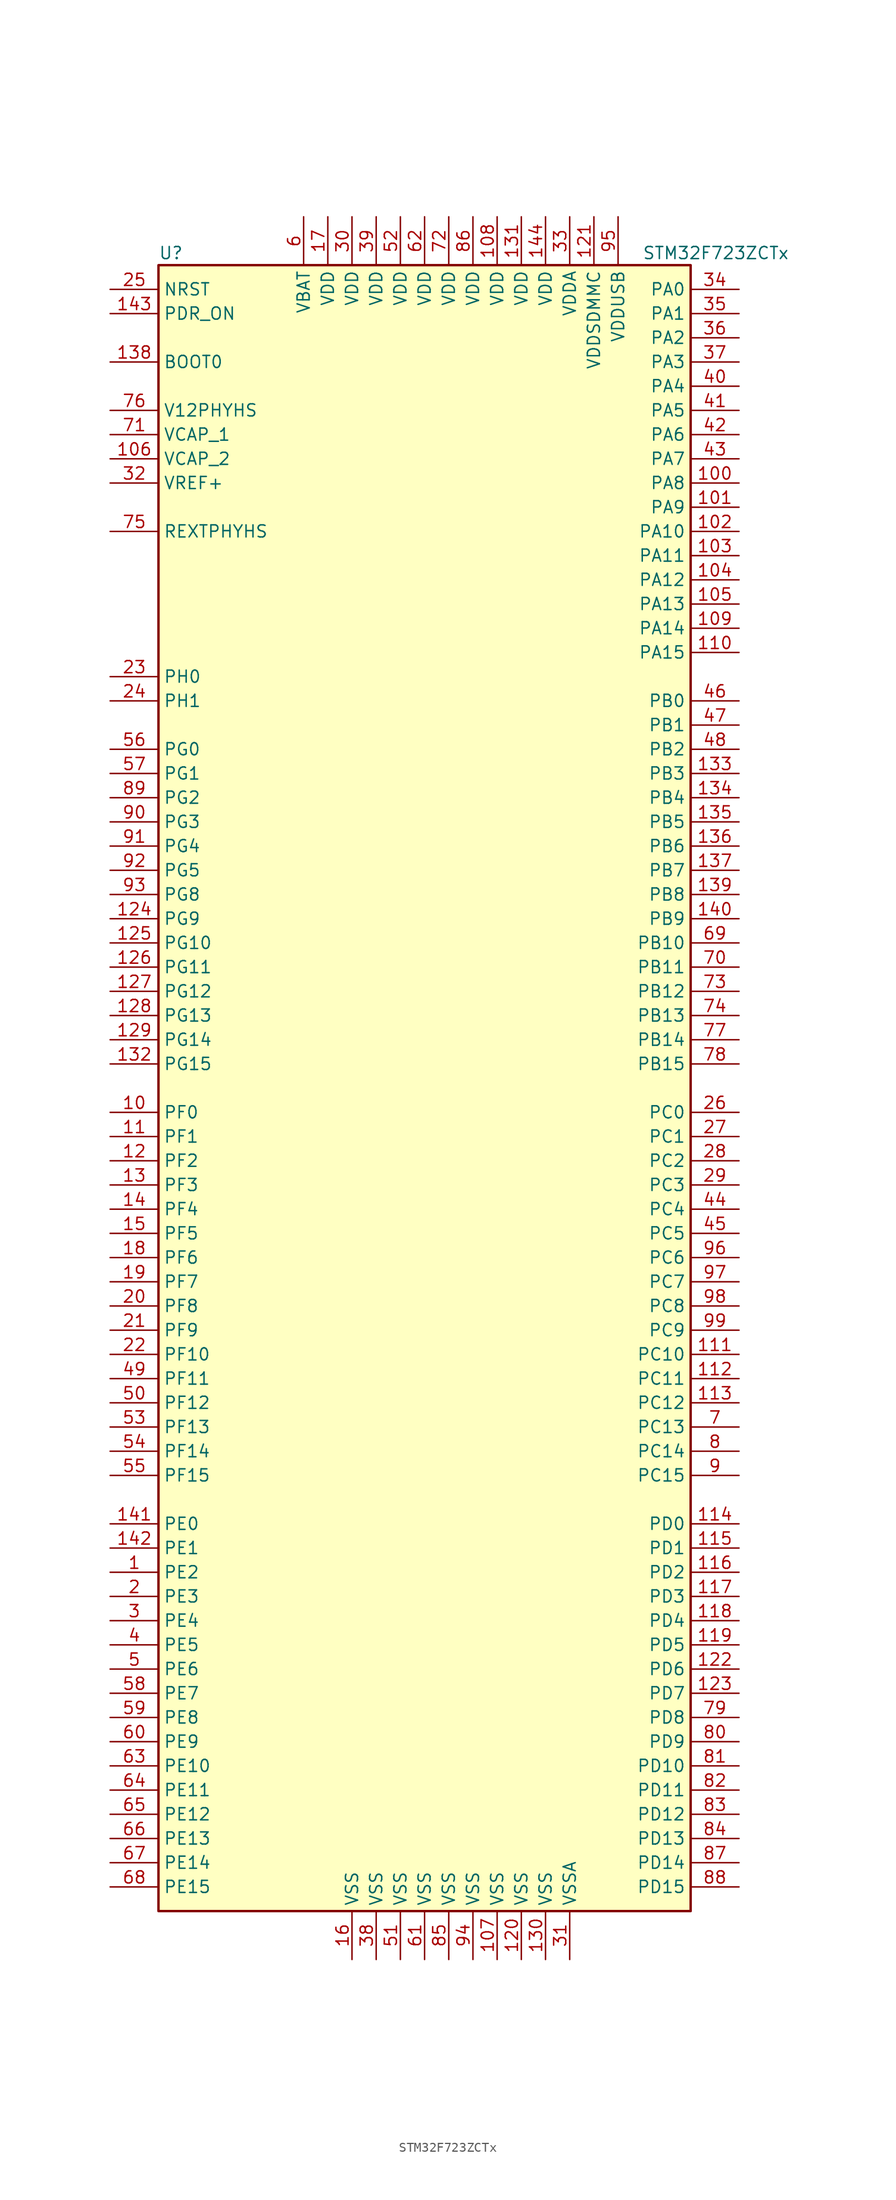
<source format=kicad_sym>
(kicad_symbol_lib
  (version 20201005)
  (generator kicad_symbol_editor)
  (symbol "MCU_ST_STM32F7:STM32F723ZCTx"
    (property "Reference" "U"
      (at -27.94 87.63 0)
      (effects (font (size 1.27 1.27)) (justify left)))
    (property "Value" "STM32F723ZCTx"
      (at 22.86 87.63 0)
      (effects (font (size 1.27 1.27)) (justify left)))
    (symbol "STM32F723ZCTx_0_1"
      (rectangle (start -27.94 -86.36) (end 27.94 86.36) (stroke (width 0.254)) (fill (type background))))
    (symbol "STM32F723ZCTx_1_1"
      (pin input line (at -33.02 76.2 0) (length 5.08) (name "BOOT0" (effects (font (size 1.27 1.27)))) (number "138" (effects (font (size 1.27 1.27)))))
      (pin input line (at -33.02 83.82 0) (length 5.08) (name "NRST" (effects (font (size 1.27 1.27)))) (number "25" (effects (font (size 1.27 1.27)))))
      (pin bidirectional line (at 33.02 83.82 180) (length 5.08) (name "PA0" (effects (font (size 1.27 1.27)))) (number "34" (effects (font (size 1.27 1.27)))))
      (pin bidirectional line (at 33.02 81.28 180) (length 5.08) (name "PA1" (effects (font (size 1.27 1.27)))) (number "35" (effects (font (size 1.27 1.27)))))
      (pin bidirectional line (at 33.02 58.42 180) (length 5.08) (name "PA10" (effects (font (size 1.27 1.27)))) (number "102" (effects (font (size 1.27 1.27)))))
      (pin bidirectional line (at 33.02 55.88 180) (length 5.08) (name "PA11" (effects (font (size 1.27 1.27)))) (number "103" (effects (font (size 1.27 1.27)))))
      (pin bidirectional line (at 33.02 53.34 180) (length 5.08) (name "PA12" (effects (font (size 1.27 1.27)))) (number "104" (effects (font (size 1.27 1.27)))))
      (pin bidirectional line (at 33.02 50.8 180) (length 5.08) (name "PA13" (effects (font (size 1.27 1.27)))) (number "105" (effects (font (size 1.27 1.27)))))
      (pin bidirectional line (at 33.02 48.26 180) (length 5.08) (name "PA14" (effects (font (size 1.27 1.27)))) (number "109" (effects (font (size 1.27 1.27)))))
      (pin bidirectional line (at 33.02 45.72 180) (length 5.08) (name "PA15" (effects (font (size 1.27 1.27)))) (number "110" (effects (font (size 1.27 1.27)))))
      (pin bidirectional line (at 33.02 78.74 180) (length 5.08) (name "PA2" (effects (font (size 1.27 1.27)))) (number "36" (effects (font (size 1.27 1.27)))))
      (pin bidirectional line (at 33.02 76.2 180) (length 5.08) (name "PA3" (effects (font (size 1.27 1.27)))) (number "37" (effects (font (size 1.27 1.27)))))
      (pin bidirectional line (at 33.02 73.66 180) (length 5.08) (name "PA4" (effects (font (size 1.27 1.27)))) (number "40" (effects (font (size 1.27 1.27)))))
      (pin bidirectional line (at 33.02 71.12 180) (length 5.08) (name "PA5" (effects (font (size 1.27 1.27)))) (number "41" (effects (font (size 1.27 1.27)))))
      (pin bidirectional line (at 33.02 68.58 180) (length 5.08) (name "PA6" (effects (font (size 1.27 1.27)))) (number "42" (effects (font (size 1.27 1.27)))))
      (pin bidirectional line (at 33.02 66.04 180) (length 5.08) (name "PA7" (effects (font (size 1.27 1.27)))) (number "43" (effects (font (size 1.27 1.27)))))
      (pin bidirectional line (at 33.02 63.5 180) (length 5.08) (name "PA8" (effects (font (size 1.27 1.27)))) (number "100" (effects (font (size 1.27 1.27)))))
      (pin bidirectional line (at 33.02 60.96 180) (length 5.08) (name "PA9" (effects (font (size 1.27 1.27)))) (number "101" (effects (font (size 1.27 1.27)))))
      (pin bidirectional line (at 33.02 40.64 180) (length 5.08) (name "PB0" (effects (font (size 1.27 1.27)))) (number "46" (effects (font (size 1.27 1.27)))))
      (pin bidirectional line (at 33.02 38.1 180) (length 5.08) (name "PB1" (effects (font (size 1.27 1.27)))) (number "47" (effects (font (size 1.27 1.27)))))
      (pin bidirectional line (at 33.02 15.24 180) (length 5.08) (name "PB10" (effects (font (size 1.27 1.27)))) (number "69" (effects (font (size 1.27 1.27)))))
      (pin bidirectional line (at 33.02 12.7 180) (length 5.08) (name "PB11" (effects (font (size 1.27 1.27)))) (number "70" (effects (font (size 1.27 1.27)))))
      (pin bidirectional line (at 33.02 10.16 180) (length 5.08) (name "PB12" (effects (font (size 1.27 1.27)))) (number "73" (effects (font (size 1.27 1.27)))))
      (pin bidirectional line (at 33.02 7.62 180) (length 5.08) (name "PB13" (effects (font (size 1.27 1.27)))) (number "74" (effects (font (size 1.27 1.27)))))
      (pin bidirectional line (at 33.02 5.08 180) (length 5.08) (name "PB14" (effects (font (size 1.27 1.27)))) (number "77" (effects (font (size 1.27 1.27)))))
      (pin bidirectional line (at 33.02 2.54 180) (length 5.08) (name "PB15" (effects (font (size 1.27 1.27)))) (number "78" (effects (font (size 1.27 1.27)))))
      (pin bidirectional line (at 33.02 35.56 180) (length 5.08) (name "PB2" (effects (font (size 1.27 1.27)))) (number "48" (effects (font (size 1.27 1.27)))))
      (pin bidirectional line (at 33.02 33.02 180) (length 5.08) (name "PB3" (effects (font (size 1.27 1.27)))) (number "133" (effects (font (size 1.27 1.27)))))
      (pin bidirectional line (at 33.02 30.48 180) (length 5.08) (name "PB4" (effects (font (size 1.27 1.27)))) (number "134" (effects (font (size 1.27 1.27)))))
      (pin bidirectional line (at 33.02 27.94 180) (length 5.08) (name "PB5" (effects (font (size 1.27 1.27)))) (number "135" (effects (font (size 1.27 1.27)))))
      (pin bidirectional line (at 33.02 25.4 180) (length 5.08) (name "PB6" (effects (font (size 1.27 1.27)))) (number "136" (effects (font (size 1.27 1.27)))))
      (pin bidirectional line (at 33.02 22.86 180) (length 5.08) (name "PB7" (effects (font (size 1.27 1.27)))) (number "137" (effects (font (size 1.27 1.27)))))
      (pin bidirectional line (at 33.02 20.32 180) (length 5.08) (name "PB8" (effects (font (size 1.27 1.27)))) (number "139" (effects (font (size 1.27 1.27)))))
      (pin bidirectional line (at 33.02 17.78 180) (length 5.08) (name "PB9" (effects (font (size 1.27 1.27)))) (number "140" (effects (font (size 1.27 1.27)))))
      (pin bidirectional line (at 33.02 -2.54 180) (length 5.08) (name "PC0" (effects (font (size 1.27 1.27)))) (number "26" (effects (font (size 1.27 1.27)))))
      (pin bidirectional line (at 33.02 -5.08 180) (length 5.08) (name "PC1" (effects (font (size 1.27 1.27)))) (number "27" (effects (font (size 1.27 1.27)))))
      (pin bidirectional line (at 33.02 -27.94 180) (length 5.08) (name "PC10" (effects (font (size 1.27 1.27)))) (number "111" (effects (font (size 1.27 1.27)))))
      (pin bidirectional line (at 33.02 -30.48 180) (length 5.08) (name "PC11" (effects (font (size 1.27 1.27)))) (number "112" (effects (font (size 1.27 1.27)))))
      (pin bidirectional line (at 33.02 -33.02 180) (length 5.08) (name "PC12" (effects (font (size 1.27 1.27)))) (number "113" (effects (font (size 1.27 1.27)))))
      (pin bidirectional line (at 33.02 -35.56 180) (length 5.08) (name "PC13" (effects (font (size 1.27 1.27)))) (number "7" (effects (font (size 1.27 1.27)))))
      (pin bidirectional line (at 33.02 -38.1 180) (length 5.08) (name "PC14" (effects (font (size 1.27 1.27)))) (number "8" (effects (font (size 1.27 1.27)))))
      (pin bidirectional line (at 33.02 -40.64 180) (length 5.08) (name "PC15" (effects (font (size 1.27 1.27)))) (number "9" (effects (font (size 1.27 1.27)))))
      (pin bidirectional line (at 33.02 -7.62 180) (length 5.08) (name "PC2" (effects (font (size 1.27 1.27)))) (number "28" (effects (font (size 1.27 1.27)))))
      (pin bidirectional line (at 33.02 -10.16 180) (length 5.08) (name "PC3" (effects (font (size 1.27 1.27)))) (number "29" (effects (font (size 1.27 1.27)))))
      (pin bidirectional line (at 33.02 -12.7 180) (length 5.08) (name "PC4" (effects (font (size 1.27 1.27)))) (number "44" (effects (font (size 1.27 1.27)))))
      (pin bidirectional line (at 33.02 -15.24 180) (length 5.08) (name "PC5" (effects (font (size 1.27 1.27)))) (number "45" (effects (font (size 1.27 1.27)))))
      (pin bidirectional line (at 33.02 -17.78 180) (length 5.08) (name "PC6" (effects (font (size 1.27 1.27)))) (number "96" (effects (font (size 1.27 1.27)))))
      (pin bidirectional line (at 33.02 -20.32 180) (length 5.08) (name "PC7" (effects (font (size 1.27 1.27)))) (number "97" (effects (font (size 1.27 1.27)))))
      (pin bidirectional line (at 33.02 -22.86 180) (length 5.08) (name "PC8" (effects (font (size 1.27 1.27)))) (number "98" (effects (font (size 1.27 1.27)))))
      (pin bidirectional line (at 33.02 -25.4 180) (length 5.08) (name "PC9" (effects (font (size 1.27 1.27)))) (number "99" (effects (font (size 1.27 1.27)))))
      (pin bidirectional line (at 33.02 -45.72 180) (length 5.08) (name "PD0" (effects (font (size 1.27 1.27)))) (number "114" (effects (font (size 1.27 1.27)))))
      (pin bidirectional line (at 33.02 -48.26 180) (length 5.08) (name "PD1" (effects (font (size 1.27 1.27)))) (number "115" (effects (font (size 1.27 1.27)))))
      (pin bidirectional line (at 33.02 -71.12 180) (length 5.08) (name "PD10" (effects (font (size 1.27 1.27)))) (number "81" (effects (font (size 1.27 1.27)))))
      (pin bidirectional line (at 33.02 -73.66 180) (length 5.08) (name "PD11" (effects (font (size 1.27 1.27)))) (number "82" (effects (font (size 1.27 1.27)))))
      (pin bidirectional line (at 33.02 -76.2 180) (length 5.08) (name "PD12" (effects (font (size 1.27 1.27)))) (number "83" (effects (font (size 1.27 1.27)))))
      (pin bidirectional line (at 33.02 -78.74 180) (length 5.08) (name "PD13" (effects (font (size 1.27 1.27)))) (number "84" (effects (font (size 1.27 1.27)))))
      (pin bidirectional line (at 33.02 -81.28 180) (length 5.08) (name "PD14" (effects (font (size 1.27 1.27)))) (number "87" (effects (font (size 1.27 1.27)))))
      (pin bidirectional line (at 33.02 -83.82 180) (length 5.08) (name "PD15" (effects (font (size 1.27 1.27)))) (number "88" (effects (font (size 1.27 1.27)))))
      (pin bidirectional line (at 33.02 -50.8 180) (length 5.08) (name "PD2" (effects (font (size 1.27 1.27)))) (number "116" (effects (font (size 1.27 1.27)))))
      (pin bidirectional line (at 33.02 -53.34 180) (length 5.08) (name "PD3" (effects (font (size 1.27 1.27)))) (number "117" (effects (font (size 1.27 1.27)))))
      (pin bidirectional line (at 33.02 -55.88 180) (length 5.08) (name "PD4" (effects (font (size 1.27 1.27)))) (number "118" (effects (font (size 1.27 1.27)))))
      (pin bidirectional line (at 33.02 -58.42 180) (length 5.08) (name "PD5" (effects (font (size 1.27 1.27)))) (number "119" (effects (font (size 1.27 1.27)))))
      (pin bidirectional line (at 33.02 -60.96 180) (length 5.08) (name "PD6" (effects (font (size 1.27 1.27)))) (number "122" (effects (font (size 1.27 1.27)))))
      (pin bidirectional line (at 33.02 -63.5 180) (length 5.08) (name "PD7" (effects (font (size 1.27 1.27)))) (number "123" (effects (font (size 1.27 1.27)))))
      (pin bidirectional line (at 33.02 -66.04 180) (length 5.08) (name "PD8" (effects (font (size 1.27 1.27)))) (number "79" (effects (font (size 1.27 1.27)))))
      (pin bidirectional line (at 33.02 -68.58 180) (length 5.08) (name "PD9" (effects (font (size 1.27 1.27)))) (number "80" (effects (font (size 1.27 1.27)))))
      (pin input line (at -33.02 81.28 0) (length 5.08) (name "PDR_ON" (effects (font (size 1.27 1.27)))) (number "143" (effects (font (size 1.27 1.27)))))
      (pin bidirectional line (at -33.02 -45.72 0) (length 5.08) (name "PE0" (effects (font (size 1.27 1.27)))) (number "141" (effects (font (size 1.27 1.27)))))
      (pin bidirectional line (at -33.02 -48.26 0) (length 5.08) (name "PE1" (effects (font (size 1.27 1.27)))) (number "142" (effects (font (size 1.27 1.27)))))
      (pin bidirectional line (at -33.02 -71.12 0) (length 5.08) (name "PE10" (effects (font (size 1.27 1.27)))) (number "63" (effects (font (size 1.27 1.27)))))
      (pin bidirectional line (at -33.02 -73.66 0) (length 5.08) (name "PE11" (effects (font (size 1.27 1.27)))) (number "64" (effects (font (size 1.27 1.27)))))
      (pin bidirectional line (at -33.02 -76.2 0) (length 5.08) (name "PE12" (effects (font (size 1.27 1.27)))) (number "65" (effects (font (size 1.27 1.27)))))
      (pin bidirectional line (at -33.02 -78.74 0) (length 5.08) (name "PE13" (effects (font (size 1.27 1.27)))) (number "66" (effects (font (size 1.27 1.27)))))
      (pin bidirectional line (at -33.02 -81.28 0) (length 5.08) (name "PE14" (effects (font (size 1.27 1.27)))) (number "67" (effects (font (size 1.27 1.27)))))
      (pin bidirectional line (at -33.02 -83.82 0) (length 5.08) (name "PE15" (effects (font (size 1.27 1.27)))) (number "68" (effects (font (size 1.27 1.27)))))
      (pin bidirectional line (at -33.02 -50.8 0) (length 5.08) (name "PE2" (effects (font (size 1.27 1.27)))) (number "1" (effects (font (size 1.27 1.27)))))
      (pin bidirectional line (at -33.02 -53.34 0) (length 5.08) (name "PE3" (effects (font (size 1.27 1.27)))) (number "2" (effects (font (size 1.27 1.27)))))
      (pin bidirectional line (at -33.02 -55.88 0) (length 5.08) (name "PE4" (effects (font (size 1.27 1.27)))) (number "3" (effects (font (size 1.27 1.27)))))
      (pin bidirectional line (at -33.02 -58.42 0) (length 5.08) (name "PE5" (effects (font (size 1.27 1.27)))) (number "4" (effects (font (size 1.27 1.27)))))
      (pin bidirectional line (at -33.02 -60.96 0) (length 5.08) (name "PE6" (effects (font (size 1.27 1.27)))) (number "5" (effects (font (size 1.27 1.27)))))
      (pin bidirectional line (at -33.02 -63.5 0) (length 5.08) (name "PE7" (effects (font (size 1.27 1.27)))) (number "58" (effects (font (size 1.27 1.27)))))
      (pin bidirectional line (at -33.02 -66.04 0) (length 5.08) (name "PE8" (effects (font (size 1.27 1.27)))) (number "59" (effects (font (size 1.27 1.27)))))
      (pin bidirectional line (at -33.02 -68.58 0) (length 5.08) (name "PE9" (effects (font (size 1.27 1.27)))) (number "60" (effects (font (size 1.27 1.27)))))
      (pin bidirectional line (at -33.02 -2.54 0) (length 5.08) (name "PF0" (effects (font (size 1.27 1.27)))) (number "10" (effects (font (size 1.27 1.27)))))
      (pin bidirectional line (at -33.02 -5.08 0) (length 5.08) (name "PF1" (effects (font (size 1.27 1.27)))) (number "11" (effects (font (size 1.27 1.27)))))
      (pin bidirectional line (at -33.02 -27.94 0) (length 5.08) (name "PF10" (effects (font (size 1.27 1.27)))) (number "22" (effects (font (size 1.27 1.27)))))
      (pin bidirectional line (at -33.02 -30.48 0) (length 5.08) (name "PF11" (effects (font (size 1.27 1.27)))) (number "49" (effects (font (size 1.27 1.27)))))
      (pin bidirectional line (at -33.02 -33.02 0) (length 5.08) (name "PF12" (effects (font (size 1.27 1.27)))) (number "50" (effects (font (size 1.27 1.27)))))
      (pin bidirectional line (at -33.02 -35.56 0) (length 5.08) (name "PF13" (effects (font (size 1.27 1.27)))) (number "53" (effects (font (size 1.27 1.27)))))
      (pin bidirectional line (at -33.02 -38.1 0) (length 5.08) (name "PF14" (effects (font (size 1.27 1.27)))) (number "54" (effects (font (size 1.27 1.27)))))
      (pin bidirectional line (at -33.02 -40.64 0) (length 5.08) (name "PF15" (effects (font (size 1.27 1.27)))) (number "55" (effects (font (size 1.27 1.27)))))
      (pin bidirectional line (at -33.02 -7.62 0) (length 5.08) (name "PF2" (effects (font (size 1.27 1.27)))) (number "12" (effects (font (size 1.27 1.27)))))
      (pin bidirectional line (at -33.02 -10.16 0) (length 5.08) (name "PF3" (effects (font (size 1.27 1.27)))) (number "13" (effects (font (size 1.27 1.27)))))
      (pin bidirectional line (at -33.02 -12.7 0) (length 5.08) (name "PF4" (effects (font (size 1.27 1.27)))) (number "14" (effects (font (size 1.27 1.27)))))
      (pin bidirectional line (at -33.02 -15.24 0) (length 5.08) (name "PF5" (effects (font (size 1.27 1.27)))) (number "15" (effects (font (size 1.27 1.27)))))
      (pin bidirectional line (at -33.02 -17.78 0) (length 5.08) (name "PF6" (effects (font (size 1.27 1.27)))) (number "18" (effects (font (size 1.27 1.27)))))
      (pin bidirectional line (at -33.02 -20.32 0) (length 5.08) (name "PF7" (effects (font (size 1.27 1.27)))) (number "19" (effects (font (size 1.27 1.27)))))
      (pin bidirectional line (at -33.02 -22.86 0) (length 5.08) (name "PF8" (effects (font (size 1.27 1.27)))) (number "20" (effects (font (size 1.27 1.27)))))
      (pin bidirectional line (at -33.02 -25.4 0) (length 5.08) (name "PF9" (effects (font (size 1.27 1.27)))) (number "21" (effects (font (size 1.27 1.27)))))
      (pin bidirectional line (at -33.02 35.56 0) (length 5.08) (name "PG0" (effects (font (size 1.27 1.27)))) (number "56" (effects (font (size 1.27 1.27)))))
      (pin bidirectional line (at -33.02 33.02 0) (length 5.08) (name "PG1" (effects (font (size 1.27 1.27)))) (number "57" (effects (font (size 1.27 1.27)))))
      (pin bidirectional line (at -33.02 15.24 0) (length 5.08) (name "PG10" (effects (font (size 1.27 1.27)))) (number "125" (effects (font (size 1.27 1.27)))))
      (pin bidirectional line (at -33.02 12.7 0) (length 5.08) (name "PG11" (effects (font (size 1.27 1.27)))) (number "126" (effects (font (size 1.27 1.27)))))
      (pin bidirectional line (at -33.02 10.16 0) (length 5.08) (name "PG12" (effects (font (size 1.27 1.27)))) (number "127" (effects (font (size 1.27 1.27)))))
      (pin bidirectional line (at -33.02 7.62 0) (length 5.08) (name "PG13" (effects (font (size 1.27 1.27)))) (number "128" (effects (font (size 1.27 1.27)))))
      (pin bidirectional line (at -33.02 5.08 0) (length 5.08) (name "PG14" (effects (font (size 1.27 1.27)))) (number "129" (effects (font (size 1.27 1.27)))))
      (pin bidirectional line (at -33.02 2.54 0) (length 5.08) (name "PG15" (effects (font (size 1.27 1.27)))) (number "132" (effects (font (size 1.27 1.27)))))
      (pin bidirectional line (at -33.02 30.48 0) (length 5.08) (name "PG2" (effects (font (size 1.27 1.27)))) (number "89" (effects (font (size 1.27 1.27)))))
      (pin bidirectional line (at -33.02 27.94 0) (length 5.08) (name "PG3" (effects (font (size 1.27 1.27)))) (number "90" (effects (font (size 1.27 1.27)))))
      (pin bidirectional line (at -33.02 25.4 0) (length 5.08) (name "PG4" (effects (font (size 1.27 1.27)))) (number "91" (effects (font (size 1.27 1.27)))))
      (pin bidirectional line (at -33.02 22.86 0) (length 5.08) (name "PG5" (effects (font (size 1.27 1.27)))) (number "92" (effects (font (size 1.27 1.27)))))
      (pin bidirectional line (at -33.02 20.32 0) (length 5.08) (name "PG8" (effects (font (size 1.27 1.27)))) (number "93" (effects (font (size 1.27 1.27)))))
      (pin bidirectional line (at -33.02 17.78 0) (length 5.08) (name "PG9" (effects (font (size 1.27 1.27)))) (number "124" (effects (font (size 1.27 1.27)))))
      (pin input line (at -33.02 43.18 0) (length 5.08) (name "PH0" (effects (font (size 1.27 1.27)))) (number "23" (effects (font (size 1.27 1.27)))))
      (pin input line (at -33.02 40.64 0) (length 5.08) (name "PH1" (effects (font (size 1.27 1.27)))) (number "24" (effects (font (size 1.27 1.27)))))
      (pin bidirectional line (at -33.02 58.42 0) (length 5.08) (name "REXTPHYHS" (effects (font (size 1.27 1.27)))) (number "75" (effects (font (size 1.27 1.27)))))
      (pin power_in line (at -33.02 71.12 0) (length 5.08) (name "V12PHYHS" (effects (font (size 1.27 1.27)))) (number "76" (effects (font (size 1.27 1.27)))))
      (pin power_in line (at -12.7 91.44 270) (length 5.08) (name "VBAT" (effects (font (size 1.27 1.27)))) (number "6" (effects (font (size 1.27 1.27)))))
      (pin power_in line (at -33.02 68.58 0) (length 5.08) (name "VCAP_1" (effects (font (size 1.27 1.27)))) (number "71" (effects (font (size 1.27 1.27)))))
      (pin power_in line (at -33.02 66.04 0) (length 5.08) (name "VCAP_2" (effects (font (size 1.27 1.27)))) (number "106" (effects (font (size 1.27 1.27)))))
      (pin power_in line (at 7.62 91.44 270) (length 5.08) (name "VDD" (effects (font (size 1.27 1.27)))) (number "108" (effects (font (size 1.27 1.27)))))
      (pin power_in line (at 10.16 91.44 270) (length 5.08) (name "VDD" (effects (font (size 1.27 1.27)))) (number "131" (effects (font (size 1.27 1.27)))))
      (pin power_in line (at 12.7 91.44 270) (length 5.08) (name "VDD" (effects (font (size 1.27 1.27)))) (number "144" (effects (font (size 1.27 1.27)))))
      (pin power_in line (at -10.16 91.44 270) (length 5.08) (name "VDD" (effects (font (size 1.27 1.27)))) (number "17" (effects (font (size 1.27 1.27)))))
      (pin power_in line (at -7.62 91.44 270) (length 5.08) (name "VDD" (effects (font (size 1.27 1.27)))) (number "30" (effects (font (size 1.27 1.27)))))
      (pin power_in line (at -5.08 91.44 270) (length 5.08) (name "VDD" (effects (font (size 1.27 1.27)))) (number "39" (effects (font (size 1.27 1.27)))))
      (pin power_in line (at -2.54 91.44 270) (length 5.08) (name "VDD" (effects (font (size 1.27 1.27)))) (number "52" (effects (font (size 1.27 1.27)))))
      (pin power_in line (at 0 91.44 270) (length 5.08) (name "VDD" (effects (font (size 1.27 1.27)))) (number "62" (effects (font (size 1.27 1.27)))))
      (pin power_in line (at 2.54 91.44 270) (length 5.08) (name "VDD" (effects (font (size 1.27 1.27)))) (number "72" (effects (font (size 1.27 1.27)))))
      (pin power_in line (at 5.08 91.44 270) (length 5.08) (name "VDD" (effects (font (size 1.27 1.27)))) (number "86" (effects (font (size 1.27 1.27)))))
      (pin power_in line (at 15.24 91.44 270) (length 5.08) (name "VDDA" (effects (font (size 1.27 1.27)))) (number "33" (effects (font (size 1.27 1.27)))))
      (pin power_in line (at 17.78 91.44 270) (length 5.08) (name "VDDSDMMC" (effects (font (size 1.27 1.27)))) (number "121" (effects (font (size 1.27 1.27)))))
      (pin power_in line (at 20.32 91.44 270) (length 5.08) (name "VDDUSB" (effects (font (size 1.27 1.27)))) (number "95" (effects (font (size 1.27 1.27)))))
      (pin power_in line (at -33.02 63.5 0) (length 5.08) (name "VREF+" (effects (font (size 1.27 1.27)))) (number "32" (effects (font (size 1.27 1.27)))))
      (pin power_in line (at 7.62 -91.44 90) (length 5.08) (name "VSS" (effects (font (size 1.27 1.27)))) (number "107" (effects (font (size 1.27 1.27)))))
      (pin power_in line (at 10.16 -91.44 90) (length 5.08) (name "VSS" (effects (font (size 1.27 1.27)))) (number "120" (effects (font (size 1.27 1.27)))))
      (pin power_in line (at 12.7 -91.44 90) (length 5.08) (name "VSS" (effects (font (size 1.27 1.27)))) (number "130" (effects (font (size 1.27 1.27)))))
      (pin power_in line (at -7.62 -91.44 90) (length 5.08) (name "VSS" (effects (font (size 1.27 1.27)))) (number "16" (effects (font (size 1.27 1.27)))))
      (pin power_in line (at -5.08 -91.44 90) (length 5.08) (name "VSS" (effects (font (size 1.27 1.27)))) (number "38" (effects (font (size 1.27 1.27)))))
      (pin power_in line (at -2.54 -91.44 90) (length 5.08) (name "VSS" (effects (font (size 1.27 1.27)))) (number "51" (effects (font (size 1.27 1.27)))))
      (pin power_in line (at 0 -91.44 90) (length 5.08) (name "VSS" (effects (font (size 1.27 1.27)))) (number "61" (effects (font (size 1.27 1.27)))))
      (pin power_in line (at 2.54 -91.44 90) (length 5.08) (name "VSS" (effects (font (size 1.27 1.27)))) (number "85" (effects (font (size 1.27 1.27)))))
      (pin power_in line (at 5.08 -91.44 90) (length 5.08) (name "VSS" (effects (font (size 1.27 1.27)))) (number "94" (effects (font (size 1.27 1.27)))))
      (pin power_in line (at 15.24 -91.44 90) (length 5.08) (name "VSSA" (effects (font (size 1.27 1.27)))) (number "31" (effects (font (size 1.27 1.27))))))))
</source>
